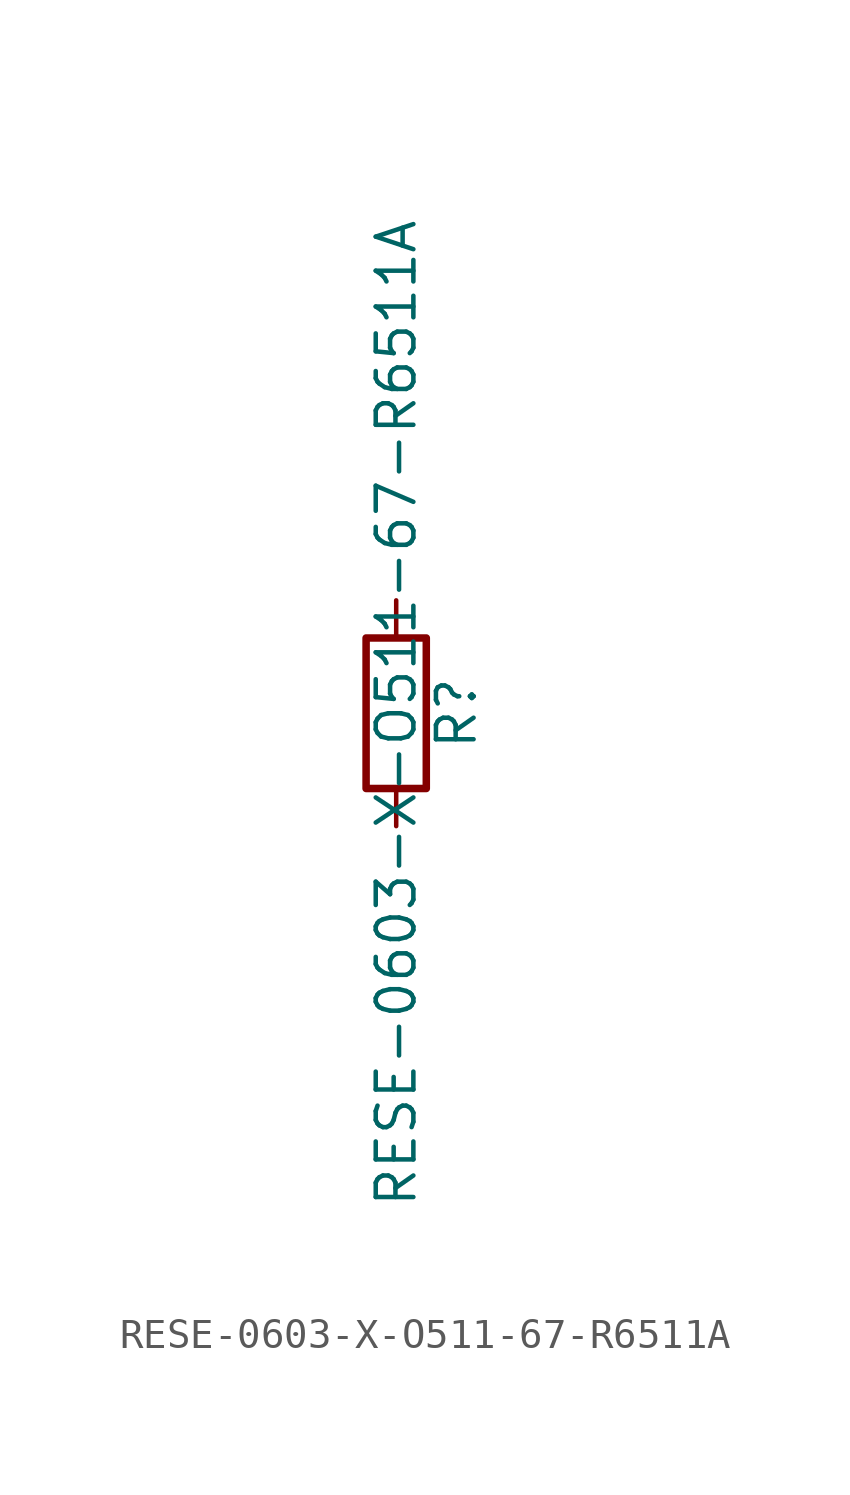
<source format=kicad_sym>
(kicad_symbol_lib
  (version 20211014)
  (generator kicad_symbol_editor)
  (symbol "RESE-0603-X-O511-67-R6511A"
    (pin_numbers hide)
    (pin_names
      (offset 0))
    (property "Reference" "R"
      (at 2.032 0 90)
      (effects (font (size 1.27 1.27))))
    (property "Value" "RESE-0603-X-O511-67-R6511A"
      (at 0 0 90)
      (effects (font (size 1.27 1.27))))
    (symbol "RESE-0603-X-O511-67-R6511A_0_1"
      (rectangle (start -1.016 -2.54) (end 1.016 2.54) (stroke (width 0.254) (type default) (color 0 0 0 0)) (fill (type none))))
    (symbol "RESE-0603-X-O511-67-R6511A_1_1"
      (pin passive line (at 0 3.81 270) (length 1.27) (name "~" (effects (font (size 1.27 1.27)))) (number "1" (effects (font (size 1.27 1.27)))))
      (pin passive line (at 0 -3.81 90) (length 1.27) (name "~" (effects (font (size 1.27 1.27)))) (number "2" (effects (font (size 1.27 1.27))))))))
</source>
